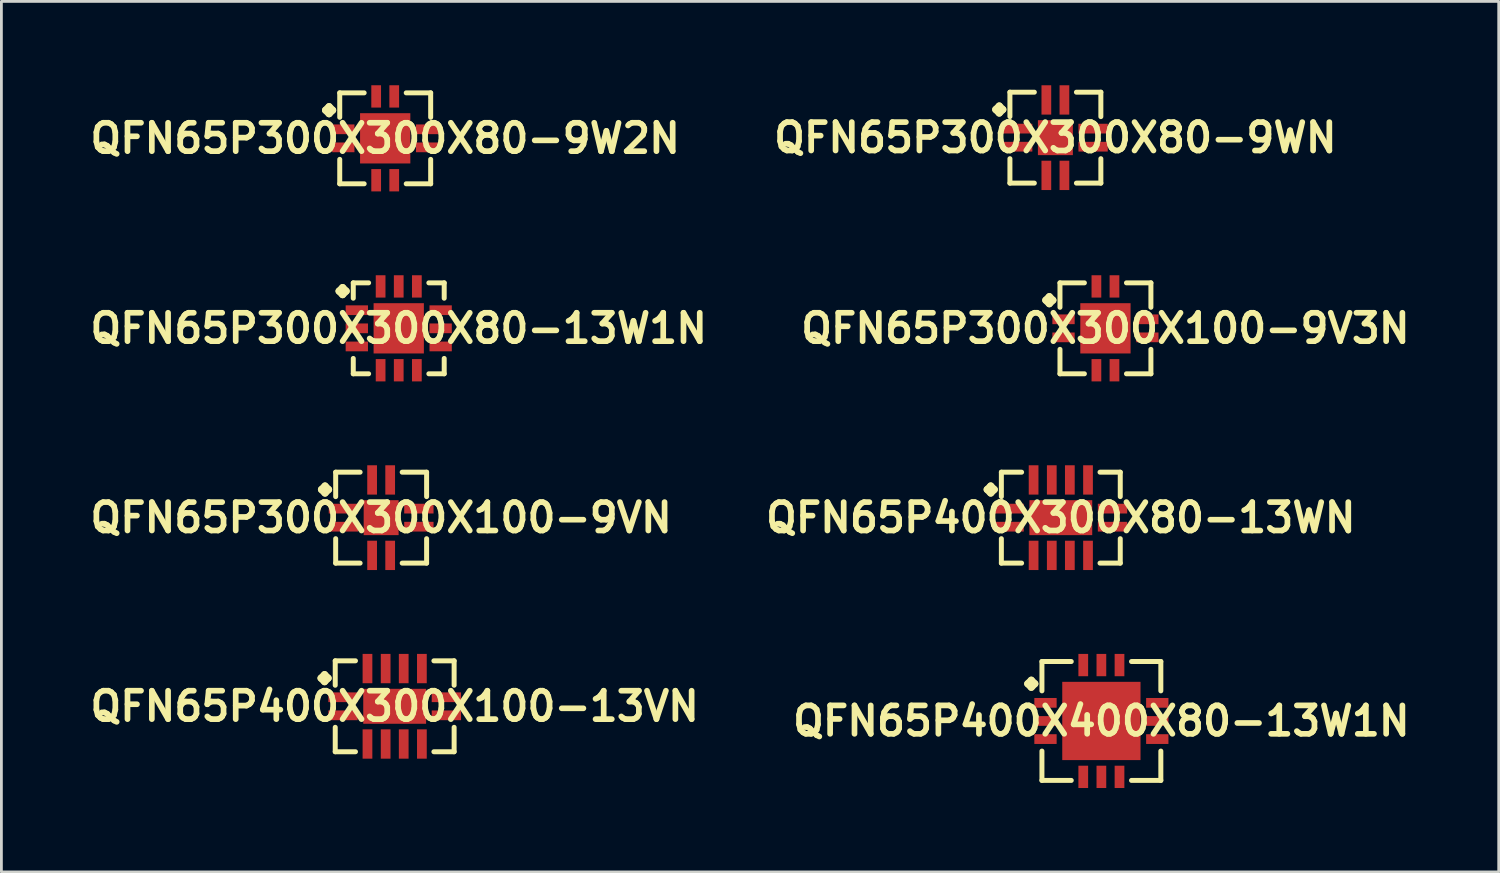
<source format=kicad_pcb>
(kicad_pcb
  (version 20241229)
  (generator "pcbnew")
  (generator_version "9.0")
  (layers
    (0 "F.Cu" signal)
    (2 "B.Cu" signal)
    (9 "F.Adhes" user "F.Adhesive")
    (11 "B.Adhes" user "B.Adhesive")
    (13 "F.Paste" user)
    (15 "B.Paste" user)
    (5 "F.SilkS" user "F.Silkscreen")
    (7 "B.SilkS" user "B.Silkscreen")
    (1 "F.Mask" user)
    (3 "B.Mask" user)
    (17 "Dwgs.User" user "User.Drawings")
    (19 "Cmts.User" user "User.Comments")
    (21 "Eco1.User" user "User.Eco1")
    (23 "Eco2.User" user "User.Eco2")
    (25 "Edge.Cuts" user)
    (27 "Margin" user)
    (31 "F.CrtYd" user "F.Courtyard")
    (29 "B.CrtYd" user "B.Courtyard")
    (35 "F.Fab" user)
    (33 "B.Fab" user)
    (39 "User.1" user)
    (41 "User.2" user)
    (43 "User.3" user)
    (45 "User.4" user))
  (footprint "QFN65P400X400X80-13W1N"
    (layer "F.Cu")
    (at 36.339 22.734)
    (property "Reference" "QFN65P400X400X80-13W1N" (at 0 0 0) (layer "F.SilkS") (effects (font (size 1.016 1.016) (thickness 0.203))))
    (attr smd)
    (fp_line (start -2.634 -1.331) (end -2.507 -1.458) (stroke (width 0.254) (type solid)) (layer "F.SilkS"))
    (fp_line (start -2.507 -1.458) (end -2.38 -1.331) (stroke (width 0.254) (type solid)) (layer "F.SilkS"))
    (fp_line (start -2.507 -1.204) (end -2.634 -1.331) (stroke (width 0.254) (type solid)) (layer "F.SilkS"))
    (fp_line (start -2.38 -1.331) (end -2.507 -1.204) (stroke (width 0.254) (type solid)) (layer "F.SilkS"))
    (fp_line (start -2.126 -2.126) (end -1.077 -2.126) (stroke (width 0.178) (type solid)) (layer "F.SilkS"))
    (fp_line (start -2.126 -1.077) (end -2.126 -2.126) (stroke (width 0.178) (type solid)) (layer "F.SilkS"))
    (fp_line (start -2.126 1.077) (end -2.126 2.126) (stroke (width 0.178) (type solid)) (layer "F.SilkS"))
    (fp_line (start -2.126 2.126) (end -1.077 2.126) (stroke (width 0.178) (type solid)) (layer "F.SilkS"))
    (fp_line (start 1.077 -2.126) (end 2.126 -2.126) (stroke (width 0.178) (type solid)) (layer "F.SilkS"))
    (fp_line (start 1.077 2.126) (end 2.126 2.126) (stroke (width 0.178) (type solid)) (layer "F.SilkS"))
    (fp_line (start 2.126 -2.126) (end 2.126 -1.077) (stroke (width 0.178) (type solid)) (layer "F.SilkS"))
    (fp_line (start 2.126 2.126) (end 2.126 1.077) (stroke (width 0.178) (type solid)) (layer "F.SilkS"))
    (pad "1" smd rect (at -1.999 -0.648) (size 0.798 0.348) (layers "F.Cu" "F.Mask" "F.Paste"))
    (pad "2" smd rect (at -1.999 0) (size 0.798 0.348) (layers "F.Cu" "F.Mask" "F.Paste"))
    (pad "3" smd rect (at -1.999 0.648) (size 0.798 0.348) (layers "F.Cu" "F.Mask" "F.Paste"))
    (pad "4" smd rect (at -0.648 1.999) (size 0.348 0.798) (layers "F.Cu" "F.Mask" "F.Paste"))
    (pad "5" smd rect (at 0 1.999) (size 0.348 0.798) (layers "F.Cu" "F.Mask" "F.Paste"))
    (pad "6" smd rect (at 0.648 1.999) (size 0.348 0.798) (layers "F.Cu" "F.Mask" "F.Paste"))
    (pad "7" smd rect (at 1.999 0.648) (size 0.798 0.348) (layers "F.Cu" "F.Mask" "F.Paste"))
    (pad "8" smd rect (at 1.999 0) (size 0.798 0.348) (layers "F.Cu" "F.Mask" "F.Paste"))
    (pad "9" smd rect (at 1.999 -0.648) (size 0.798 0.348) (layers "F.Cu" "F.Mask" "F.Paste"))
    (pad "10" smd rect (at 0.648 -1.999) (size 0.348 0.798) (layers "F.Cu" "F.Mask" "F.Paste"))
    (pad "11" smd rect (at 0 -1.999) (size 0.348 0.798) (layers "F.Cu" "F.Mask" "F.Paste"))
    (pad "12" smd rect (at -0.648 -1.999) (size 0.348 0.798) (layers "F.Cu" "F.Mask" "F.Paste"))
    (pad "13" smd rect (at 0 0) (size 2.799 2.799) (layers "F.Cu" "F.Mask" "F.Paste")))
  (footprint "QFN65P400X300X80-13WN"
    (layer "F.Cu")
    (at 34.888 15.463)
    (property "Reference" "QFN65P400X300X80-13WN" (at 0 0 0) (layer "F.SilkS") (effects (font (size 1.016 1.016) (thickness 0.203))))
    (attr smd)
    (fp_line (start -2.634 -1.006) (end -2.507 -1.133) (stroke (width 0.254) (type solid)) (layer "F.SilkS"))
    (fp_line (start -2.507 -1.133) (end -2.38 -1.006) (stroke (width 0.254) (type solid)) (layer "F.SilkS"))
    (fp_line (start -2.507 -0.879) (end -2.634 -1.006) (stroke (width 0.254) (type solid)) (layer "F.SilkS"))
    (fp_line (start -2.38 -1.006) (end -2.507 -0.879) (stroke (width 0.254) (type solid)) (layer "F.SilkS"))
    (fp_line (start -2.126 -1.626) (end -1.402 -1.626) (stroke (width 0.178) (type solid)) (layer "F.SilkS"))
    (fp_line (start -2.126 -0.752) (end -2.126 -1.626) (stroke (width 0.178) (type solid)) (layer "F.SilkS"))
    (fp_line (start -2.126 0.752) (end -2.126 1.626) (stroke (width 0.178) (type solid)) (layer "F.SilkS"))
    (fp_line (start -2.126 1.626) (end -1.402 1.626) (stroke (width 0.178) (type solid)) (layer "F.SilkS"))
    (fp_line (start 1.402 -1.626) (end 2.126 -1.626) (stroke (width 0.178) (type solid)) (layer "F.SilkS"))
    (fp_line (start 1.402 1.626) (end 2.126 1.626) (stroke (width 0.178) (type solid)) (layer "F.SilkS"))
    (fp_line (start 2.126 -1.626) (end 2.126 -0.752) (stroke (width 0.178) (type solid)) (layer "F.SilkS"))
    (fp_line (start 2.126 1.626) (end 2.126 0.752) (stroke (width 0.178) (type solid)) (layer "F.SilkS"))
    (pad "1" smd rect (at -1.849 -0.323) (size 1.049 0.348) (layers "F.Cu" "F.Mask" "F.Paste"))
    (pad "2" smd rect (at -1.849 0.323) (size 1.049 0.348) (layers "F.Cu" "F.Mask" "F.Paste"))
    (pad "3" smd rect (at -0.973 1.349) (size 0.348 1.049) (layers "F.Cu" "F.Mask" "F.Paste"))
    (pad "4" smd rect (at -0.323 1.349) (size 0.348 1.049) (layers "F.Cu" "F.Mask" "F.Paste"))
    (pad "5" smd rect (at 0.323 1.349) (size 0.348 1.049) (layers "F.Cu" "F.Mask" "F.Paste"))
    (pad "6" smd rect (at 0.973 1.349) (size 0.348 1.049) (layers "F.Cu" "F.Mask" "F.Paste"))
    (pad "7" smd rect (at 1.849 0.323) (size 1.049 0.348) (layers "F.Cu" "F.Mask" "F.Paste"))
    (pad "8" smd rect (at 1.849 -0.323) (size 1.049 0.348) (layers "F.Cu" "F.Mask" "F.Paste"))
    (pad "9" smd rect (at 0.973 -1.349) (size 0.348 1.049) (layers "F.Cu" "F.Mask" "F.Paste"))
    (pad "10" smd rect (at 0.323 -1.349) (size 0.348 1.049) (layers "F.Cu" "F.Mask" "F.Paste"))
    (pad "11" smd rect (at -0.323 -1.349) (size 0.348 1.049) (layers "F.Cu" "F.Mask" "F.Paste"))
    (pad "12" smd rect (at -0.973 -1.349) (size 0.348 1.049) (layers "F.Cu" "F.Mask" "F.Paste"))
    (pad "13" smd rect (at 0 0) (size 2.248 1.25) (layers "F.Cu" "F.Mask" "F.Paste")))
  (footprint "QFN65P300X300X100-9VN"
    (layer "F.Cu")
    (at 10.581 15.463)
    (property "Reference" "QFN65P300X300X100-9VN" (at 0 0 0) (layer "F.SilkS") (effects (font (size 1.016 1.016) (thickness 0.203))))
    (attr smd)
    (fp_line (start -2.134 -1.006) (end -2.007 -1.133) (stroke (width 0.254) (type solid)) (layer "F.SilkS"))
    (fp_line (start -2.007 -1.133) (end -1.88 -1.006) (stroke (width 0.254) (type solid)) (layer "F.SilkS"))
    (fp_line (start -2.007 -0.879) (end -2.134 -1.006) (stroke (width 0.254) (type solid)) (layer "F.SilkS"))
    (fp_line (start -1.88 -1.006) (end -2.007 -0.879) (stroke (width 0.254) (type solid)) (layer "F.SilkS"))
    (fp_line (start -1.626 -1.626) (end -0.752 -1.626) (stroke (width 0.178) (type solid)) (layer "F.SilkS"))
    (fp_line (start -1.626 -0.752) (end -1.626 -1.626) (stroke (width 0.178) (type solid)) (layer "F.SilkS"))
    (fp_line (start -1.626 0.752) (end -1.626 1.626) (stroke (width 0.178) (type solid)) (layer "F.SilkS"))
    (fp_line (start -1.626 1.626) (end -0.752 1.626) (stroke (width 0.178) (type solid)) (layer "F.SilkS"))
    (fp_line (start 0.752 -1.626) (end 1.626 -1.626) (stroke (width 0.178) (type solid)) (layer "F.SilkS"))
    (fp_line (start 0.752 1.626) (end 1.626 1.626) (stroke (width 0.178) (type solid)) (layer "F.SilkS"))
    (fp_line (start 1.626 -1.626) (end 1.626 -0.752) (stroke (width 0.178) (type solid)) (layer "F.SilkS"))
    (fp_line (start 1.626 1.626) (end 1.626 0.752) (stroke (width 0.178) (type solid)) (layer "F.SilkS"))
    (pad "1" smd rect (at -1.349 -0.323) (size 1.049 0.348) (layers "F.Cu" "F.Mask" "F.Paste"))
    (pad "2" smd rect (at -1.349 0.323) (size 1.049 0.348) (layers "F.Cu" "F.Mask" "F.Paste"))
    (pad "3" smd rect (at -0.323 1.349) (size 0.348 1.049) (layers "F.Cu" "F.Mask" "F.Paste"))
    (pad "4" smd rect (at 0.323 1.349) (size 0.348 1.049) (layers "F.Cu" "F.Mask" "F.Paste"))
    (pad "5" smd rect (at 1.349 0.323) (size 1.049 0.348) (layers "F.Cu" "F.Mask" "F.Paste"))
    (pad "6" smd rect (at 1.349 -0.323) (size 1.049 0.348) (layers "F.Cu" "F.Mask" "F.Paste"))
    (pad "7" smd rect (at 0.323 -1.349) (size 0.348 1.049) (layers "F.Cu" "F.Mask" "F.Paste"))
    (pad "8" smd rect (at -0.323 -1.349) (size 0.348 1.049) (layers "F.Cu" "F.Mask" "F.Paste"))
    (pad "9" smd rect (at 0 0) (size 1.25 1.25) (layers "F.Cu" "F.Mask" "F.Paste")))
  (footprint "QFN65P300X300X80-9WN"
    (layer "F.Cu")
    (at 34.694 1.873)
    (property "Reference" "QFN65P300X300X80-9WN" (at 0 0 0) (layer "F.SilkS") (effects (font (size 1.016 1.016) (thickness 0.203))))
    (attr smd)
    (fp_line (start -2.134 -1.006) (end -2.007 -1.133) (stroke (width 0.254) (type solid)) (layer "F.SilkS"))
    (fp_line (start -2.007 -1.133) (end -1.88 -1.006) (stroke (width 0.254) (type solid)) (layer "F.SilkS"))
    (fp_line (start -2.007 -0.879) (end -2.134 -1.006) (stroke (width 0.254) (type solid)) (layer "F.SilkS"))
    (fp_line (start -1.88 -1.006) (end -2.007 -0.879) (stroke (width 0.254) (type solid)) (layer "F.SilkS"))
    (fp_line (start -1.626 -1.626) (end -0.752 -1.626) (stroke (width 0.178) (type solid)) (layer "F.SilkS"))
    (fp_line (start -1.626 -0.752) (end -1.626 -1.626) (stroke (width 0.178) (type solid)) (layer "F.SilkS"))
    (fp_line (start -1.626 0.752) (end -1.626 1.626) (stroke (width 0.178) (type solid)) (layer "F.SilkS"))
    (fp_line (start -1.626 1.626) (end -0.752 1.626) (stroke (width 0.178) (type solid)) (layer "F.SilkS"))
    (fp_line (start 0.752 -1.626) (end 1.626 -1.626) (stroke (width 0.178) (type solid)) (layer "F.SilkS"))
    (fp_line (start 0.752 1.626) (end 1.626 1.626) (stroke (width 0.178) (type solid)) (layer "F.SilkS"))
    (fp_line (start 1.626 -1.626) (end 1.626 -0.752) (stroke (width 0.178) (type solid)) (layer "F.SilkS"))
    (fp_line (start 1.626 1.626) (end 1.626 0.752) (stroke (width 0.178) (type solid)) (layer "F.SilkS"))
    (pad "1" smd rect (at -1.349 -0.323) (size 1.049 0.348) (layers "F.Cu" "F.Mask" "F.Paste"))
    (pad "2" smd rect (at -1.349 0.323) (size 1.049 0.348) (layers "F.Cu" "F.Mask" "F.Paste"))
    (pad "3" smd rect (at -0.323 1.349) (size 0.348 1.049) (layers "F.Cu" "F.Mask" "F.Paste"))
    (pad "4" smd rect (at 0.323 1.349) (size 0.348 1.049) (layers "F.Cu" "F.Mask" "F.Paste"))
    (pad "5" smd rect (at 1.349 0.323) (size 1.049 0.348) (layers "F.Cu" "F.Mask" "F.Paste"))
    (pad "6" smd rect (at 1.349 -0.323) (size 1.049 0.348) (layers "F.Cu" "F.Mask" "F.Paste"))
    (pad "7" smd rect (at 0.323 -1.349) (size 0.348 1.049) (layers "F.Cu" "F.Mask" "F.Paste"))
    (pad "8" smd rect (at -0.323 -1.349) (size 0.348 1.049) (layers "F.Cu" "F.Mask" "F.Paste"))
    (pad "9" smd rect (at 0 0) (size 1.25 1.25) (layers "F.Cu" "F.Mask" "F.Paste")))
  (footprint "QFN65P300X300X80-9W2N"
    (layer "F.Cu")
    (at 10.726 1.897)
    (property "Reference" "QFN65P300X300X80-9W2N" (at 0 0 0) (layer "F.SilkS") (effects (font (size 1.016 1.016) (thickness 0.203))))
    (attr smd)
    (fp_line (start -2.134 -1.006) (end -2.007 -1.133) (stroke (width 0.254) (type solid)) (layer "F.SilkS"))
    (fp_line (start -2.007 -1.133) (end -1.88 -1.006) (stroke (width 0.254) (type solid)) (layer "F.SilkS"))
    (fp_line (start -2.007 -0.879) (end -2.134 -1.006) (stroke (width 0.254) (type solid)) (layer "F.SilkS"))
    (fp_line (start -1.88 -1.006) (end -2.007 -0.879) (stroke (width 0.254) (type solid)) (layer "F.SilkS"))
    (fp_line (start -1.626 -1.626) (end -0.752 -1.626) (stroke (width 0.178) (type solid)) (layer "F.SilkS"))
    (fp_line (start -1.626 -0.752) (end -1.626 -1.626) (stroke (width 0.178) (type solid)) (layer "F.SilkS"))
    (fp_line (start -1.626 0.752) (end -1.626 1.626) (stroke (width 0.178) (type solid)) (layer "F.SilkS"))
    (fp_line (start -1.626 1.626) (end -0.752 1.626) (stroke (width 0.178) (type solid)) (layer "F.SilkS"))
    (fp_line (start 0.752 -1.626) (end 1.626 -1.626) (stroke (width 0.178) (type solid)) (layer "F.SilkS"))
    (fp_line (start 0.752 1.626) (end 1.626 1.626) (stroke (width 0.178) (type solid)) (layer "F.SilkS"))
    (fp_line (start 1.626 -1.626) (end 1.626 -0.752) (stroke (width 0.178) (type solid)) (layer "F.SilkS"))
    (fp_line (start 1.626 1.626) (end 1.626 0.752) (stroke (width 0.178) (type solid)) (layer "F.SilkS"))
    (pad "1" smd rect (at -1.499 -0.323) (size 0.798 0.348) (layers "F.Cu" "F.Mask" "F.Paste"))
    (pad "2" smd rect (at -1.499 0.323) (size 0.798 0.348) (layers "F.Cu" "F.Mask" "F.Paste"))
    (pad "3" smd rect (at -0.323 1.499) (size 0.348 0.798) (layers "F.Cu" "F.Mask" "F.Paste"))
    (pad "4" smd rect (at 0.323 1.499) (size 0.348 0.798) (layers "F.Cu" "F.Mask" "F.Paste"))
    (pad "5" smd rect (at 1.499 0.323) (size 0.798 0.348) (layers "F.Cu" "F.Mask" "F.Paste"))
    (pad "6" smd rect (at 1.499 -0.323) (size 0.798 0.348) (layers "F.Cu" "F.Mask" "F.Paste"))
    (pad "7" smd rect (at 0.323 -1.499) (size 0.348 0.798) (layers "F.Cu" "F.Mask" "F.Paste"))
    (pad "8" smd rect (at -0.323 -1.499) (size 0.348 0.798) (layers "F.Cu" "F.Mask" "F.Paste"))
    (pad "9" smd rect (at 0 0) (size 1.798 1.798) (layers "F.Cu" "F.Mask" "F.Paste")))
  (footprint "QFN65P400X300X100-13VN"
    (layer "F.Cu")
    (at 11.065 22.209)
    (property "Reference" "QFN65P400X300X100-13VN" (at 0 0 0) (layer "F.SilkS") (effects (font (size 1.016 1.016) (thickness 0.203))))
    (attr smd)
    (fp_line (start -2.634 -1.006) (end -2.507 -1.133) (stroke (width 0.254) (type solid)) (layer "F.SilkS"))
    (fp_line (start -2.507 -1.133) (end -2.38 -1.006) (stroke (width 0.254) (type solid)) (layer "F.SilkS"))
    (fp_line (start -2.507 -0.879) (end -2.634 -1.006) (stroke (width 0.254) (type solid)) (layer "F.SilkS"))
    (fp_line (start -2.38 -1.006) (end -2.507 -0.879) (stroke (width 0.254) (type solid)) (layer "F.SilkS"))
    (fp_line (start -2.126 -1.626) (end -1.402 -1.626) (stroke (width 0.178) (type solid)) (layer "F.SilkS"))
    (fp_line (start -2.126 -0.752) (end -2.126 -1.626) (stroke (width 0.178) (type solid)) (layer "F.SilkS"))
    (fp_line (start -2.126 0.752) (end -2.126 1.626) (stroke (width 0.178) (type solid)) (layer "F.SilkS"))
    (fp_line (start -2.126 1.626) (end -1.402 1.626) (stroke (width 0.178) (type solid)) (layer "F.SilkS"))
    (fp_line (start 1.402 -1.626) (end 2.126 -1.626) (stroke (width 0.178) (type solid)) (layer "F.SilkS"))
    (fp_line (start 1.402 1.626) (end 2.126 1.626) (stroke (width 0.178) (type solid)) (layer "F.SilkS"))
    (fp_line (start 2.126 -1.626) (end 2.126 -0.752) (stroke (width 0.178) (type solid)) (layer "F.SilkS"))
    (fp_line (start 2.126 1.626) (end 2.126 0.752) (stroke (width 0.178) (type solid)) (layer "F.SilkS"))
    (pad "1" smd rect (at -1.849 -0.323) (size 1.049 0.348) (layers "F.Cu" "F.Mask" "F.Paste"))
    (pad "2" smd rect (at -1.849 0.323) (size 1.049 0.348) (layers "F.Cu" "F.Mask" "F.Paste"))
    (pad "3" smd rect (at -0.973 1.349) (size 0.348 1.049) (layers "F.Cu" "F.Mask" "F.Paste"))
    (pad "4" smd rect (at -0.323 1.349) (size 0.348 1.049) (layers "F.Cu" "F.Mask" "F.Paste"))
    (pad "5" smd rect (at 0.323 1.349) (size 0.348 1.049) (layers "F.Cu" "F.Mask" "F.Paste"))
    (pad "6" smd rect (at 0.973 1.349) (size 0.348 1.049) (layers "F.Cu" "F.Mask" "F.Paste"))
    (pad "7" smd rect (at 1.849 0.323) (size 1.049 0.348) (layers "F.Cu" "F.Mask" "F.Paste"))
    (pad "8" smd rect (at 1.849 -0.323) (size 1.049 0.348) (layers "F.Cu" "F.Mask" "F.Paste"))
    (pad "9" smd rect (at 0.973 -1.349) (size 0.348 1.049) (layers "F.Cu" "F.Mask" "F.Paste"))
    (pad "10" smd rect (at 0.323 -1.349) (size 0.348 1.049) (layers "F.Cu" "F.Mask" "F.Paste"))
    (pad "11" smd rect (at -0.323 -1.349) (size 0.348 1.049) (layers "F.Cu" "F.Mask" "F.Paste"))
    (pad "12" smd rect (at -0.973 -1.349) (size 0.348 1.049) (layers "F.Cu" "F.Mask" "F.Paste"))
    (pad "13" smd rect (at 0 0) (size 2.248 1.25) (layers "F.Cu" "F.Mask" "F.Paste")))
  (footprint "QFN65P300X300X80-13W1N"
    (layer "F.Cu")
    (at 11.21 8.692)
    (property "Reference" "QFN65P300X300X80-13W1N" (at 0 0 0) (layer "F.SilkS") (effects (font (size 1.016 1.016) (thickness 0.203))))
    (attr smd)
    (fp_line (start -2.134 -1.331) (end -2.007 -1.458) (stroke (width 0.254) (type solid)) (layer "F.SilkS"))
    (fp_line (start -2.007 -1.458) (end -1.88 -1.331) (stroke (width 0.254) (type solid)) (layer "F.SilkS"))
    (fp_line (start -2.007 -1.204) (end -2.134 -1.331) (stroke (width 0.254) (type solid)) (layer "F.SilkS"))
    (fp_line (start -1.88 -1.331) (end -2.007 -1.204) (stroke (width 0.254) (type solid)) (layer "F.SilkS"))
    (fp_line (start -1.626 -1.626) (end -1.077 -1.626) (stroke (width 0.178) (type solid)) (layer "F.SilkS"))
    (fp_line (start -1.626 -1.077) (end -1.626 -1.626) (stroke (width 0.178) (type solid)) (layer "F.SilkS"))
    (fp_line (start -1.626 1.077) (end -1.626 1.626) (stroke (width 0.178) (type solid)) (layer "F.SilkS"))
    (fp_line (start -1.626 1.626) (end -1.077 1.626) (stroke (width 0.178) (type solid)) (layer "F.SilkS"))
    (fp_line (start 1.077 -1.626) (end 1.626 -1.626) (stroke (width 0.178) (type solid)) (layer "F.SilkS"))
    (fp_line (start 1.077 1.626) (end 1.626 1.626) (stroke (width 0.178) (type solid)) (layer "F.SilkS"))
    (fp_line (start 1.626 -1.626) (end 1.626 -1.077) (stroke (width 0.178) (type solid)) (layer "F.SilkS"))
    (fp_line (start 1.626 1.626) (end 1.626 1.077) (stroke (width 0.178) (type solid)) (layer "F.SilkS"))
    (pad "1" smd rect (at -1.499 -0.648) (size 0.798 0.348) (layers "F.Cu" "F.Mask" "F.Paste"))
    (pad "2" smd rect (at -1.499 0) (size 0.798 0.348) (layers "F.Cu" "F.Mask" "F.Paste"))
    (pad "3" smd rect (at -1.499 0.648) (size 0.798 0.348) (layers "F.Cu" "F.Mask" "F.Paste"))
    (pad "4" smd rect (at -0.648 1.499) (size 0.348 0.798) (layers "F.Cu" "F.Mask" "F.Paste"))
    (pad "5" smd rect (at 0 1.499) (size 0.348 0.798) (layers "F.Cu" "F.Mask" "F.Paste"))
    (pad "6" smd rect (at 0.648 1.499) (size 0.348 0.798) (layers "F.Cu" "F.Mask" "F.Paste"))
    (pad "7" smd rect (at 1.499 0.648) (size 0.798 0.348) (layers "F.Cu" "F.Mask" "F.Paste"))
    (pad "8" smd rect (at 1.499 0) (size 0.798 0.348) (layers "F.Cu" "F.Mask" "F.Paste"))
    (pad "9" smd rect (at 1.499 -0.648) (size 0.798 0.348) (layers "F.Cu" "F.Mask" "F.Paste"))
    (pad "10" smd rect (at 0.648 -1.499) (size 0.348 0.798) (layers "F.Cu" "F.Mask" "F.Paste"))
    (pad "11" smd rect (at 0 -1.499) (size 0.348 0.798) (layers "F.Cu" "F.Mask" "F.Paste"))
    (pad "12" smd rect (at -0.648 -1.499) (size 0.348 0.798) (layers "F.Cu" "F.Mask" "F.Paste"))
    (pad "13" smd rect (at 0 0) (size 1.798 1.798) (layers "F.Cu" "F.Mask" "F.Paste")))
  (footprint "QFN65P300X300X100-9V3N"
    (layer "F.Cu")
    (at 36.484 8.692)
    (property "Reference" "QFN65P300X300X100-9V3N" (at 0 0 0) (layer "F.SilkS") (effects (font (size 1.016 1.016) (thickness 0.203))))
    (attr smd)
    (fp_line (start -2.134 -1.006) (end -2.007 -1.133) (stroke (width 0.254) (type solid)) (layer "F.SilkS"))
    (fp_line (start -2.007 -1.133) (end -1.88 -1.006) (stroke (width 0.254) (type solid)) (layer "F.SilkS"))
    (fp_line (start -2.007 -0.879) (end -2.134 -1.006) (stroke (width 0.254) (type solid)) (layer "F.SilkS"))
    (fp_line (start -1.88 -1.006) (end -2.007 -0.879) (stroke (width 0.254) (type solid)) (layer "F.SilkS"))
    (fp_line (start -1.626 -1.626) (end -0.752 -1.626) (stroke (width 0.178) (type solid)) (layer "F.SilkS"))
    (fp_line (start -1.626 -0.752) (end -1.626 -1.626) (stroke (width 0.178) (type solid)) (layer "F.SilkS"))
    (fp_line (start -1.626 0.752) (end -1.626 1.626) (stroke (width 0.178) (type solid)) (layer "F.SilkS"))
    (fp_line (start -1.626 1.626) (end -0.752 1.626) (stroke (width 0.178) (type solid)) (layer "F.SilkS"))
    (fp_line (start 0.752 -1.626) (end 1.626 -1.626) (stroke (width 0.178) (type solid)) (layer "F.SilkS"))
    (fp_line (start 0.752 1.626) (end 1.626 1.626) (stroke (width 0.178) (type solid)) (layer "F.SilkS"))
    (fp_line (start 1.626 -1.626) (end 1.626 -0.752) (stroke (width 0.178) (type solid)) (layer "F.SilkS"))
    (fp_line (start 1.626 1.626) (end 1.626 0.752) (stroke (width 0.178) (type solid)) (layer "F.SilkS"))
    (pad "1" smd rect (at -1.499 -0.323) (size 0.798 0.348) (layers "F.Cu" "F.Mask" "F.Paste"))
    (pad "2" smd rect (at -1.499 0.323) (size 0.798 0.348) (layers "F.Cu" "F.Mask" "F.Paste"))
    (pad "3" smd rect (at -0.323 1.499) (size 0.348 0.798) (layers "F.Cu" "F.Mask" "F.Paste"))
    (pad "4" smd rect (at 0.323 1.499) (size 0.348 0.798) (layers "F.Cu" "F.Mask" "F.Paste"))
    (pad "5" smd rect (at 1.499 0.323) (size 0.798 0.348) (layers "F.Cu" "F.Mask" "F.Paste"))
    (pad "6" smd rect (at 1.499 -0.323) (size 0.798 0.348) (layers "F.Cu" "F.Mask" "F.Paste"))
    (pad "7" smd rect (at 0.323 -1.499) (size 0.348 0.798) (layers "F.Cu" "F.Mask" "F.Paste"))
    (pad "8" smd rect (at -0.323 -1.499) (size 0.348 0.798) (layers "F.Cu" "F.Mask" "F.Paste"))
    (pad "9" smd rect (at 0 0) (size 1.798 1.798) (layers "F.Cu" "F.Mask" "F.Paste")))
  (gr_rect
    (start -3 -3)
    (end 50.549 28.132)
    (stroke (width 0.1) (type default))
    (fill no)
    (layer "Edge.Cuts")))
</source>
